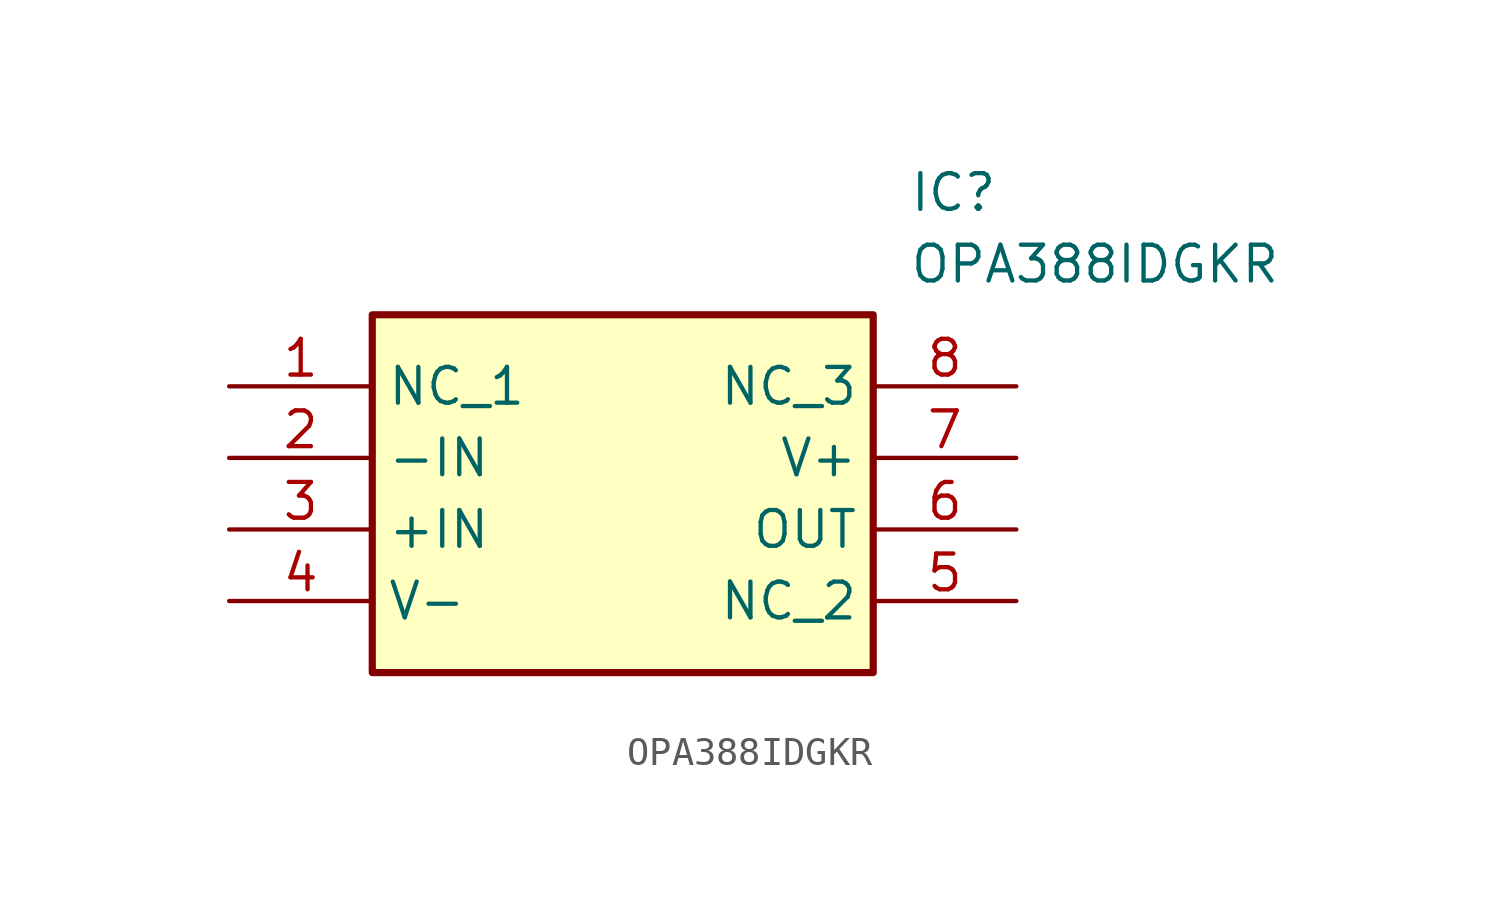
<source format=kicad_sym>
(kicad_symbol_lib
  (version 20211014)
  (generator SamacSys_ECAD_Model)
  (symbol "OPA388IDGKR"
    (property "Reference" "IC"
      (at 24.13 7.62 0)
      (effects (font (size 1.27 1.27)) (justify left top)))
    (property "Value" "OPA388IDGKR"
      (at 24.13 5.08 0)
      (effects (font (size 1.27 1.27)) (justify left top)))
    (rectangle
      (start 5.08 2.54)
      (end 22.86 -10.16)
      (stroke (width 0.254) (type default))
      (fill (type background)))
    (pin passive line
      (at 0 0 0)
      (length 5.08)
      (name "NC_1" (effects (font (size 1.27 1.27))))
      (number "1" (effects (font (size 1.27 1.27)))))
    (pin passive line
      (at 0 -2.54 0)
      (length 5.08)
      (name "-IN" (effects (font (size 1.27 1.27))))
      (number "2" (effects (font (size 1.27 1.27)))))
    (pin passive line
      (at 0 -5.08 0)
      (length 5.08)
      (name "+IN" (effects (font (size 1.27 1.27))))
      (number "3" (effects (font (size 1.27 1.27)))))
    (pin passive line
      (at 0 -7.62 0)
      (length 5.08)
      (name "V-" (effects (font (size 1.27 1.27))))
      (number "4" (effects (font (size 1.27 1.27)))))
    (pin passive line
      (at 27.94 0 180)
      (length 5.08)
      (name "NC_3" (effects (font (size 1.27 1.27))))
      (number "8" (effects (font (size 1.27 1.27)))))
    (pin passive line
      (at 27.94 -2.54 180)
      (length 5.08)
      (name "V+" (effects (font (size 1.27 1.27))))
      (number "7" (effects (font (size 1.27 1.27)))))
    (pin passive line
      (at 27.94 -5.08 180)
      (length 5.08)
      (name "OUT" (effects (font (size 1.27 1.27))))
      (number "6" (effects (font (size 1.27 1.27)))))
    (pin passive line
      (at 27.94 -7.62 180)
      (length 5.08)
      (name "NC_2" (effects (font (size 1.27 1.27))))
      (number "5" (effects (font (size 1.27 1.27)))))))
</source>
